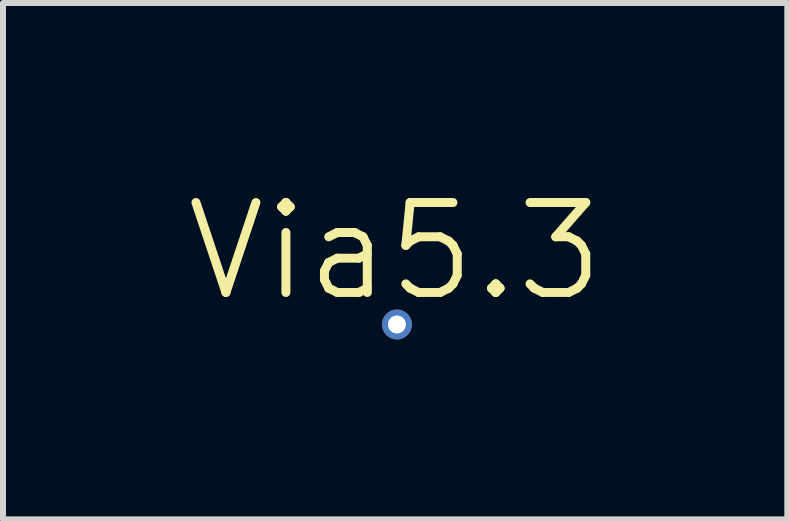
<source format=kicad_pcb>
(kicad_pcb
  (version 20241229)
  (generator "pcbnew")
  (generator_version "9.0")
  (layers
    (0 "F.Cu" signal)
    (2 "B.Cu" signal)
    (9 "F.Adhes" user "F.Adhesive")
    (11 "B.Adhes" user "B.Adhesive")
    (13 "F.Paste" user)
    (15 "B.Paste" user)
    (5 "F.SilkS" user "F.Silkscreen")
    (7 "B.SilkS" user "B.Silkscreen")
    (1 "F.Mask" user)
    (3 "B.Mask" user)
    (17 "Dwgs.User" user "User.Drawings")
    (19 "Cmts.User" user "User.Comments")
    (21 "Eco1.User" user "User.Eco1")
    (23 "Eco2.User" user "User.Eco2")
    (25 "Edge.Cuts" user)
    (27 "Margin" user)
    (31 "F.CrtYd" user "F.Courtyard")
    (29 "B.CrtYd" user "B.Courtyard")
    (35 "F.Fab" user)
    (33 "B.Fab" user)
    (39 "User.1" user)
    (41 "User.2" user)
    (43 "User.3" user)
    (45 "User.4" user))
  (footprint "Via5.3"
    (layer "F.Cu")
    (at 3.569 2.361)
    (property "Reference" "Via5.3" (at -0.03 -1.22 0) (layer "F.SilkS") (effects (font (size 1.5 1.5) (thickness 0.15))))
    (attr through_hole)
    (pad "1" thru_hole circle (at 0 0) (size 0.5 0.5) (drill 0.3) (layers "*.Cu")))
  (gr_rect
    (start -3 -3)
    (end 10.079 5.611)
    (stroke (width 0.1) (type default))
    (fill no)
    (layer "Edge.Cuts")))
</source>
